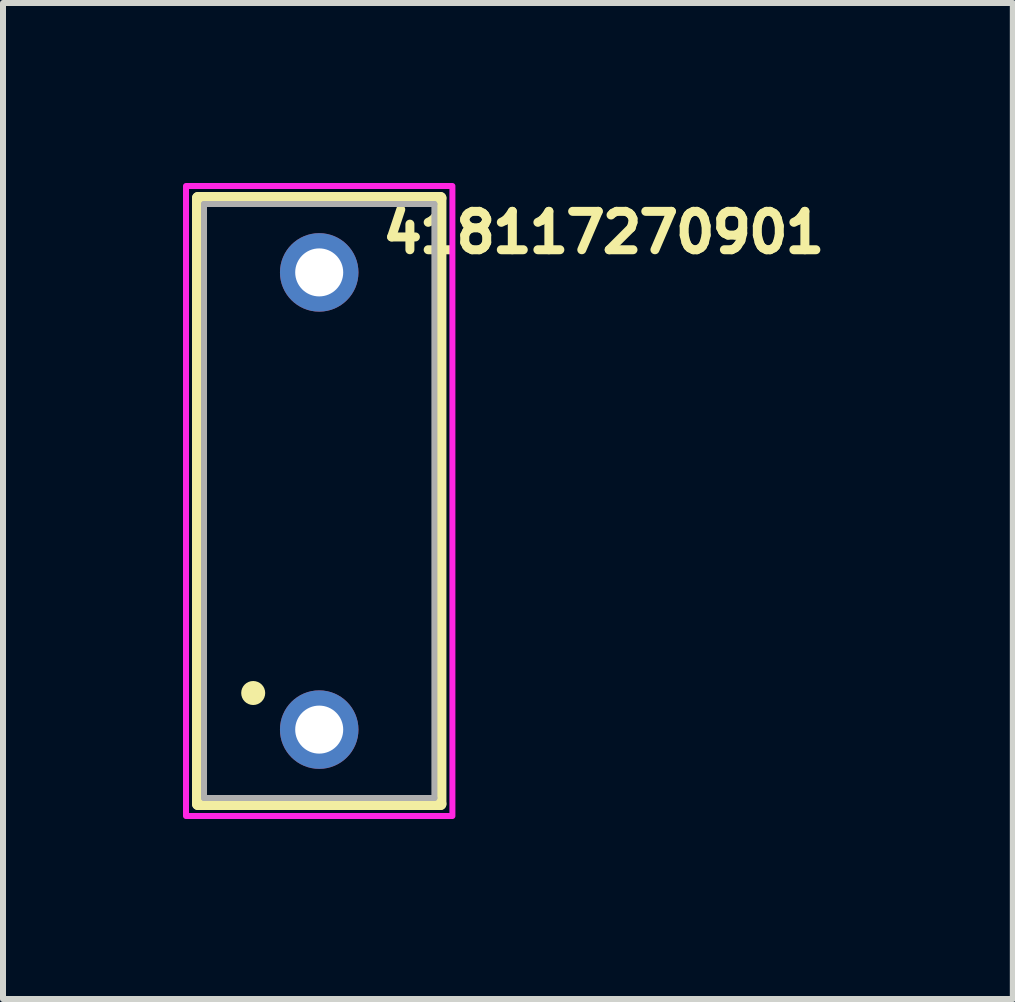
<source format=kicad_pcb>
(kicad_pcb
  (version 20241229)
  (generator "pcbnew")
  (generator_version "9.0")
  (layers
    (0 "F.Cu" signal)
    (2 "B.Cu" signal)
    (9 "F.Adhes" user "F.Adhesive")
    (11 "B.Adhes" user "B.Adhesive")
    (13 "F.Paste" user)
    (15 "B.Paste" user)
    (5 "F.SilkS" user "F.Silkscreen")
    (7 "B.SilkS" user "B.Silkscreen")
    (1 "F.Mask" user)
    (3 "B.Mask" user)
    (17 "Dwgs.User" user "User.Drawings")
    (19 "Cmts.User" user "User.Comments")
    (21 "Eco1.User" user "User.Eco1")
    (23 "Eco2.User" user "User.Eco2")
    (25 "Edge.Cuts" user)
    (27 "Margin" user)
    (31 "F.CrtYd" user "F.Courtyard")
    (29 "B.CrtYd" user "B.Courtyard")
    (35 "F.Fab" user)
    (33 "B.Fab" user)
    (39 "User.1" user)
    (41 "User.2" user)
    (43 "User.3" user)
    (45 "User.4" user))
  (footprint "418117270901"
    (layer "F.Cu")
    (at 2.27 5.3)
    (property "Reference" "418117270901" (at 4.742 -4.476 0) (layer "F.SilkS") (effects (font (size 0.64 0.64) (thickness 0.15))))
    (attr through_hole)
    (fp_line (start -2.02 -5.05) (end 2.02 -5.05) (stroke (width 0.2) (type solid)) (layer "F.SilkS"))
    (fp_line (start -2.02 5.05) (end -2.02 -5.05) (stroke (width 0.2) (type solid)) (layer "F.SilkS"))
    (fp_line (start 2.02 -5.05) (end 2.02 5.05) (stroke (width 0.2) (type solid)) (layer "F.SilkS"))
    (fp_line (start 2.02 5.05) (end -2.02 5.05) (stroke (width 0.2) (type solid)) (layer "F.SilkS"))
    (fp_circle (center -1.1 3.2) (end -1 3.2) (stroke (width 0.2) (type solid)) (fill no) (layer "F.SilkS"))
    (fp_poly (pts (xy -2.22 -5.25) (xy 2.22 -5.25) (xy 2.22 5.25) (xy -2.22 5.25)) (stroke (width 0.1) (type solid)) (fill no) (layer "F.CrtYd"))
    (fp_line (start -1.92 -4.95) (end 1.92 -4.95) (stroke (width 0.1) (type solid)) (layer "F.Fab"))
    (fp_line (start -1.92 4.95) (end -1.92 -4.95) (stroke (width 0.1) (type solid)) (layer "F.Fab"))
    (fp_line (start 1.92 -4.95) (end 1.92 4.95) (stroke (width 0.1) (type solid)) (layer "F.Fab"))
    (fp_line (start 1.92 4.95) (end -1.92 4.95) (stroke (width 0.1) (type solid)) (layer "F.Fab"))
    (pad "1" thru_hole circle (at 0 3.81) (size 1.308 1.308) (drill 0.8) (layers "*.Cu" "*.Mask"))
    (pad "A1" thru_hole circle (at 0 -3.81) (size 1.308 1.308) (drill 0.8) (layers "*.Cu" "*.Mask")))
  (gr_rect
    (start -3 -3)
    (end 13.83 13.6)
    (stroke (width 0.1) (type default))
    (fill no)
    (layer "Edge.Cuts")))
</source>
